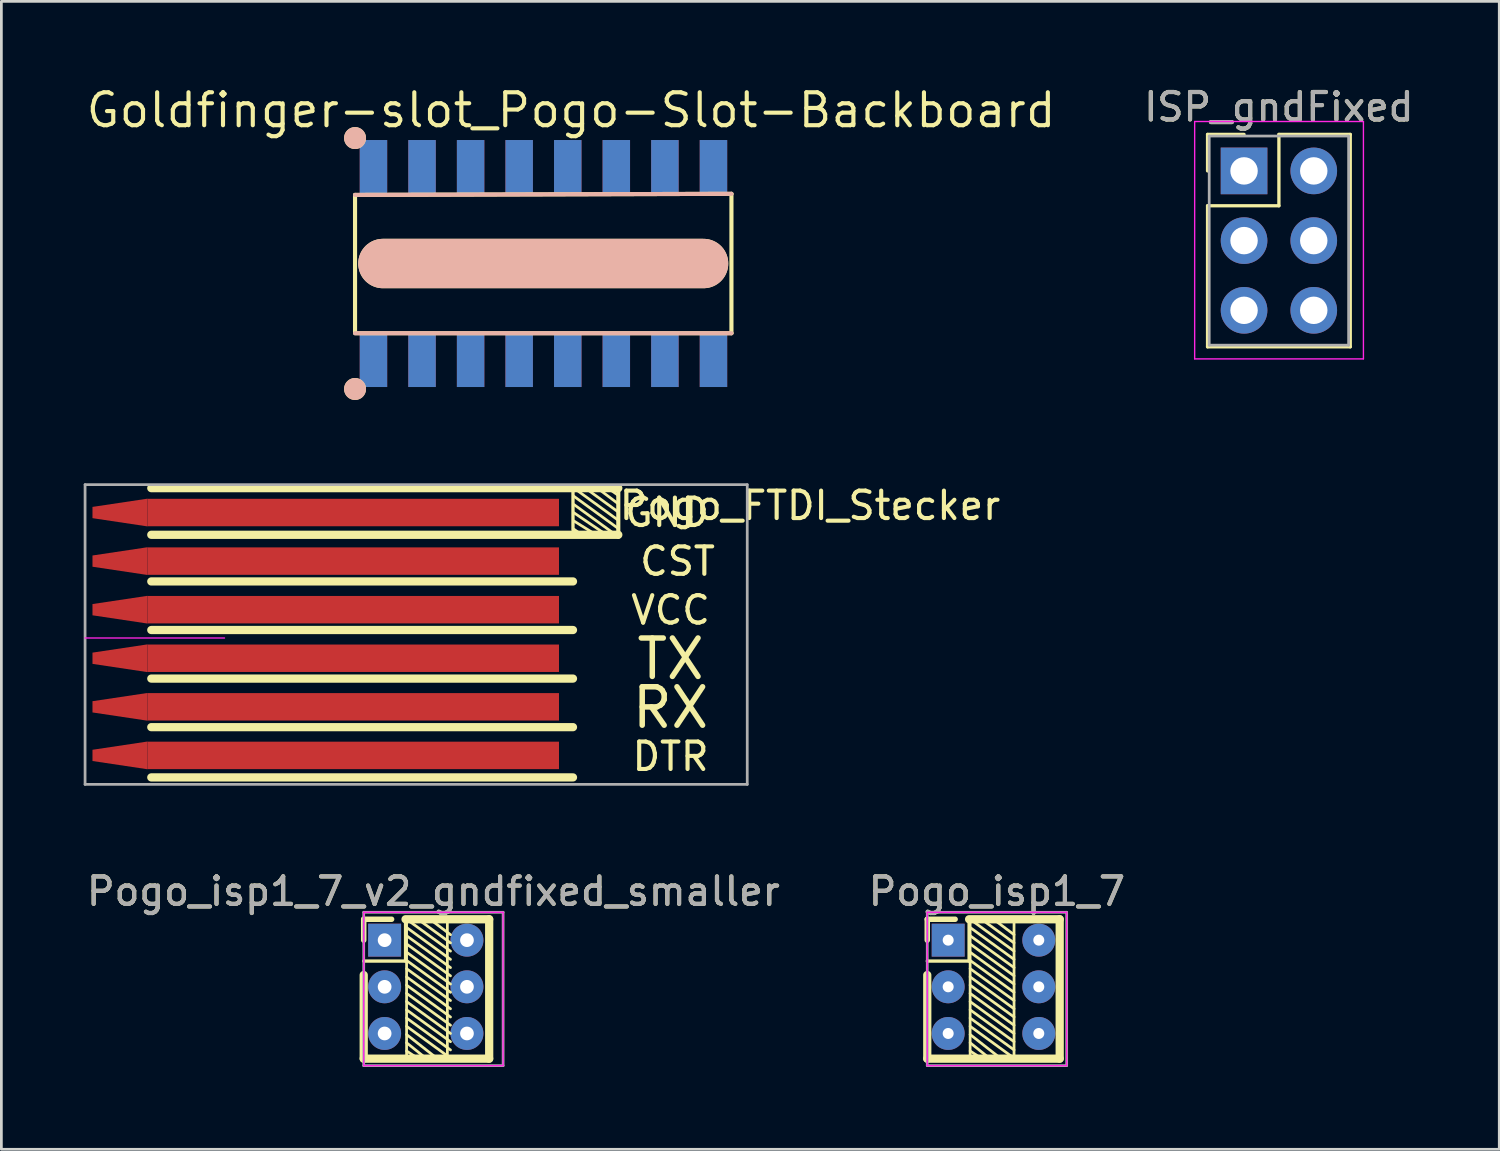
<source format=kicad_pcb>
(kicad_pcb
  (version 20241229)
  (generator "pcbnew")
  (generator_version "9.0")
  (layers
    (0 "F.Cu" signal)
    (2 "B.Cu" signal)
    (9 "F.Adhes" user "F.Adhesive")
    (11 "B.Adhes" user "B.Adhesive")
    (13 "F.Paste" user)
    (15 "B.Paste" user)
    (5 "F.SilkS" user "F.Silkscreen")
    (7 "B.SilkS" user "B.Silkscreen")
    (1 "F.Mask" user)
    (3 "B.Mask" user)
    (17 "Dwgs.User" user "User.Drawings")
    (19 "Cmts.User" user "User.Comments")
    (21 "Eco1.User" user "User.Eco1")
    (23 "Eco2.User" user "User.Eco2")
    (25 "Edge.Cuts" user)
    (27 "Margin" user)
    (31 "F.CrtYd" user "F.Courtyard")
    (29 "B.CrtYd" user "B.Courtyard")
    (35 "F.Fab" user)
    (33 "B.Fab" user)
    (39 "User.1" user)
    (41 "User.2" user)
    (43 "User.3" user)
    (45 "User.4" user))
  (footprint "Pogo_isp1_7_v2_gndfixed_smaller"
    (layer "F.Cu")
    (at 10.966 31.21)
    (property "Reference" "Pogo_isp1_7_v2_gndfixed_smaller" (at 1.778 -1.778 0) (layer "F.SilkS") (effects (font (size 1 1) (thickness 0.15))))
    (attr through_hole)
    (fp_line (start -0.762 -0.762) (end 0.254 -0.762) (stroke (width 0.2) (type solid)) (layer "F.SilkS"))
    (fp_line (start -0.762 0) (end -0.762 -0.762) (stroke (width 0.2) (type solid)) (layer "F.SilkS"))
    (fp_line (start -0.762 1.27) (end -0.762 4.318) (stroke (width 0.3) (type solid)) (layer "F.SilkS"))
    (fp_line (start -0.762 4.318) (end 3.81 4.318) (stroke (width 0.3) (type solid)) (layer "F.SilkS"))
    (fp_line (start 0.762 -0.762) (end 0.762 0.762) (stroke (width 0.12) (type solid)) (layer "F.SilkS"))
    (fp_line (start 0.762 0.762) (end -0.762 0.762) (stroke (width 0.12) (type solid)) (layer "F.SilkS"))
    (fp_line (start 0.8 -0.762) (end 0.8 4.338) (stroke (width 0.1) (type solid)) (layer "F.SilkS"))
    (fp_line (start 0.8 -0.762) (end 2.4 0.4) (stroke (width 0.1) (type solid)) (layer "F.SilkS"))
    (fp_line (start 0.8 -0.462) (end 2.4 0.7) (stroke (width 0.1) (type solid)) (layer "F.SilkS"))
    (fp_line (start 0.8 -0.162) (end 2.4 1) (stroke (width 0.1) (type solid)) (layer "F.SilkS"))
    (fp_line (start 0.8 0.138) (end 2.4 1.3) (stroke (width 0.1) (type solid)) (layer "F.SilkS"))
    (fp_line (start 0.8 0.438) (end 2.4 1.6) (stroke (width 0.1) (type solid)) (layer "F.SilkS"))
    (fp_line (start 0.8 0.738) (end 2.4 1.9) (stroke (width 0.1) (type solid)) (layer "F.SilkS"))
    (fp_line (start 0.8 1.038) (end 2.4 2.2) (stroke (width 0.1) (type solid)) (layer "F.SilkS"))
    (fp_line (start 0.8 1.338) (end 2.4 2.5) (stroke (width 0.1) (type solid)) (layer "F.SilkS"))
    (fp_line (start 0.8 1.638) (end 2.4 2.8) (stroke (width 0.1) (type solid)) (layer "F.SilkS"))
    (fp_line (start 0.8 1.938) (end 2.4 3.1) (stroke (width 0.1) (type solid)) (layer "F.SilkS"))
    (fp_line (start 0.8 2.238) (end 2.4 3.4) (stroke (width 0.1) (type solid)) (layer "F.SilkS"))
    (fp_line (start 0.8 2.538) (end 2.4 3.7) (stroke (width 0.1) (type solid)) (layer "F.SilkS"))
    (fp_line (start 0.8 2.838) (end 2.4 4) (stroke (width 0.1) (type solid)) (layer "F.SilkS"))
    (fp_line (start 0.8 3.138) (end 2.4 4.3) (stroke (width 0.1) (type solid)) (layer "F.SilkS"))
    (fp_line (start 0.8 3.438) (end 1.9 4.3) (stroke (width 0.1) (type solid)) (layer "F.SilkS"))
    (fp_line (start 0.8 3.738) (end 1.5 4.3) (stroke (width 0.1) (type solid)) (layer "F.SilkS"))
    (fp_line (start 0.8 4.038) (end 1.2 4.3) (stroke (width 0.1) (type solid)) (layer "F.SilkS"))
    (fp_line (start 1.3 -0.7) (end 2.4 0.1) (stroke (width 0.1) (type solid)) (layer "F.SilkS"))
    (fp_line (start 1.6 -0.8) (end 2.4 -0.2) (stroke (width 0.1) (type solid)) (layer "F.SilkS"))
    (fp_line (start 2.286 -0.8) (end 2.286 4.3) (stroke (width 0.1) (type solid)) (layer "F.SilkS"))
    (fp_line (start 3.81 -0.762) (end 0.762 -0.762) (stroke (width 0.3) (type solid)) (layer "F.SilkS"))
    (fp_line (start 3.81 4.318) (end 3.81 -0.762) (stroke (width 0.3) (type solid)) (layer "F.SilkS"))
    (fp_line (start -0.762 -1.016) (end -0.762 4.572) (stroke (width 0.05) (type solid)) (layer "F.CrtYd"))
    (fp_line (start -0.762 4.572) (end 4.318 4.572) (stroke (width 0.05) (type solid)) (layer "F.CrtYd"))
    (fp_line (start 4.318 -1.016) (end -0.762 -1.016) (stroke (width 0.05) (type solid)) (layer "F.CrtYd"))
    (fp_line (start 4.318 4.572) (end 4.318 -1.016) (stroke (width 0.05) (type solid)) (layer "F.CrtYd"))
    (fp_line (start -0.762 -1.016) (end -0.762 4.572) (stroke (width 0.1) (type solid)) (layer "F.Fab"))
    (fp_line (start -0.762 4.572) (end 4.318 4.572) (stroke (width 0.1) (type solid)) (layer "F.Fab"))
    (fp_line (start 4.318 -1.016) (end -0.762 -1.016) (stroke (width 0.1) (type solid)) (layer "F.Fab"))
    (fp_line (start 4.318 4.572) (end 4.318 -1.016) (stroke (width 0.1) (type solid)) (layer "F.Fab"))
    (fp_text user "${REFERENCE}" (at 1.778 -1.778 0) (layer "F.Fab") (effects (font (size 1 1) (thickness 0.15))))
    (pad "1" thru_hole circle (at 3 3.4) (size 1.2 1.2) (drill 0.5) (layers "F.Cu" "F.Mask"))
    (pad "2" thru_hole circle (at 0 3.4) (size 1.2 1.2) (drill 0.5) (layers "F.Cu" "F.Mask"))
    (pad "3" thru_hole circle (at 3 1.7) (size 1.2 1.2) (drill 0.5) (layers "F.Cu" "F.Mask"))
    (pad "4" thru_hole circle (at 0 1.7) (size 1.2 1.2) (drill 0.5) (layers "F.Cu" "F.Mask"))
    (pad "5" thru_hole circle (at 3 0) (size 1.2 1.2) (drill 0.5) (layers "F.Cu" "F.Mask"))
    (pad "6" thru_hole rect (at 0 0) (size 1.2 1.2) (drill 0.5) (layers "F.Cu" "F.Mask")))
  (footprint "Pogo_isp1_7"
    (layer "F.Cu")
    (at 31.502 31.21)
    (property "Reference" "Pogo_isp1_7" (at 1.778 -1.778 0) (layer "F.SilkS") (effects (font (size 1 1) (thickness 0.15))))
    (attr through_hole)
    (fp_line (start -0.762 -0.762) (end 0.254 -0.762) (stroke (width 0.2) (type solid)) (layer "F.SilkS"))
    (fp_line (start -0.762 0) (end -0.762 -0.762) (stroke (width 0.2) (type solid)) (layer "F.SilkS"))
    (fp_line (start -0.762 1.27) (end -0.762 4.318) (stroke (width 0.3) (type solid)) (layer "F.SilkS"))
    (fp_line (start -0.762 4.318) (end 4.064 4.318) (stroke (width 0.3) (type solid)) (layer "F.SilkS"))
    (fp_line (start 0.762 -0.762) (end 0.762 0.762) (stroke (width 0.12) (type solid)) (layer "F.SilkS"))
    (fp_line (start 0.762 0.762) (end -0.762 0.762) (stroke (width 0.12) (type solid)) (layer "F.SilkS"))
    (fp_line (start 0.8 -0.762) (end 0.8 4.338) (stroke (width 0.1) (type solid)) (layer "F.SilkS"))
    (fp_line (start 0.8 -0.762) (end 2.4 0.4) (stroke (width 0.1) (type solid)) (layer "F.SilkS"))
    (fp_line (start 0.8 -0.462) (end 2.4 0.7) (stroke (width 0.1) (type solid)) (layer "F.SilkS"))
    (fp_line (start 0.8 -0.162) (end 2.4 1) (stroke (width 0.1) (type solid)) (layer "F.SilkS"))
    (fp_line (start 0.8 0.138) (end 2.4 1.3) (stroke (width 0.1) (type solid)) (layer "F.SilkS"))
    (fp_line (start 0.8 0.438) (end 2.4 1.6) (stroke (width 0.1) (type solid)) (layer "F.SilkS"))
    (fp_line (start 0.8 0.738) (end 2.4 1.9) (stroke (width 0.1) (type solid)) (layer "F.SilkS"))
    (fp_line (start 0.8 1.038) (end 2.4 2.2) (stroke (width 0.1) (type solid)) (layer "F.SilkS"))
    (fp_line (start 0.8 1.338) (end 2.4 2.5) (stroke (width 0.1) (type solid)) (layer "F.SilkS"))
    (fp_line (start 0.8 1.638) (end 2.4 2.8) (stroke (width 0.1) (type solid)) (layer "F.SilkS"))
    (fp_line (start 0.8 1.938) (end 2.4 3.1) (stroke (width 0.1) (type solid)) (layer "F.SilkS"))
    (fp_line (start 0.8 2.238) (end 2.4 3.4) (stroke (width 0.1) (type solid)) (layer "F.SilkS"))
    (fp_line (start 0.8 2.538) (end 2.4 3.7) (stroke (width 0.1) (type solid)) (layer "F.SilkS"))
    (fp_line (start 0.8 2.838) (end 2.4 4) (stroke (width 0.1) (type solid)) (layer "F.SilkS"))
    (fp_line (start 0.8 3.138) (end 2.4 4.3) (stroke (width 0.1) (type solid)) (layer "F.SilkS"))
    (fp_line (start 0.8 3.438) (end 1.9 4.3) (stroke (width 0.1) (type solid)) (layer "F.SilkS"))
    (fp_line (start 0.8 3.738) (end 1.5 4.3) (stroke (width 0.1) (type solid)) (layer "F.SilkS"))
    (fp_line (start 0.8 4.038) (end 1.2 4.3) (stroke (width 0.1) (type solid)) (layer "F.SilkS"))
    (fp_line (start 1.3 -0.7) (end 2.4 0.1) (stroke (width 0.1) (type solid)) (layer "F.SilkS"))
    (fp_line (start 1.6 -0.8) (end 2.4 -0.2) (stroke (width 0.1) (type solid)) (layer "F.SilkS"))
    (fp_line (start 2.4 -0.8) (end 2.4 4.3) (stroke (width 0.1) (type solid)) (layer "F.SilkS"))
    (fp_line (start 4.064 -0.762) (end 0.762 -0.762) (stroke (width 0.3) (type solid)) (layer "F.SilkS"))
    (fp_line (start 4.064 4.318) (end 4.064 -0.762) (stroke (width 0.3) (type solid)) (layer "F.SilkS"))
    (fp_line (start -0.762 -1.016) (end -0.762 4.572) (stroke (width 0.05) (type solid)) (layer "F.CrtYd"))
    (fp_line (start -0.762 4.572) (end 4.318 4.572) (stroke (width 0.05) (type solid)) (layer "F.CrtYd"))
    (fp_line (start 4.318 -1.016) (end -0.762 -1.016) (stroke (width 0.05) (type solid)) (layer "F.CrtYd"))
    (fp_line (start 4.318 4.572) (end 4.318 -1.016) (stroke (width 0.05) (type solid)) (layer "F.CrtYd"))
    (fp_line (start -0.762 -1.016) (end -0.762 4.572) (stroke (width 0.1) (type solid)) (layer "F.Fab"))
    (fp_line (start -0.762 4.572) (end 4.318 4.572) (stroke (width 0.1) (type solid)) (layer "F.Fab"))
    (fp_line (start 4.318 -1.016) (end -0.762 -1.016) (stroke (width 0.1) (type solid)) (layer "F.Fab"))
    (fp_line (start 4.318 4.572) (end 4.318 -1.016) (stroke (width 0.1) (type solid)) (layer "F.Fab"))
    (fp_text user "${REFERENCE}" (at 1.778 -1.778 0) (layer "F.Fab") (effects (font (size 1 1) (thickness 0.15))))
    (pad "1" thru_hole circle (at 3.302 0) (size 1.2 1.2) (drill 0.4) (layers "F.Cu" "F.Mask"))
    (pad "2" thru_hole circle (at 3.302 1.7) (size 1.2 1.2) (drill 0.4) (layers "F.Cu" "F.Mask"))
    (pad "3" thru_hole circle (at 3.302 3.4) (size 1.2 1.2) (drill 0.4) (layers "F.Cu" "F.Mask"))
    (pad "4" thru_hole circle (at 0 3.4) (size 1.2 1.2) (drill 0.4) (layers "F.Cu" "F.Mask"))
    (pad "5" thru_hole circle (at 0 1.7) (size 1.2 1.2) (drill 0.4) (layers "F.Cu" "F.Mask"))
    (pad "6" thru_hole rect (at 0 0) (size 1.2 1.2) (drill 0.4) (layers "F.Cu" "F.Mask")))
  (footprint "Pogo_FTDI_Stecker"
    (layer "F.Cu")
    (at 1.32 15.627)
    (property "Reference" "Pogo_FTDI_Stecker" (at 25.146 -0.254 0) (layer "F.SilkS") (effects (font (size 1 1) (thickness 0.15))))
    (attr through_hole)
    (fp_line (start 16.51 -0.889) (end 16.51 0.635) (stroke (width 0.12) (type solid)) (layer "F.SilkS"))
    (fp_line (start 16.51 2.511) (end 1.143 2.511) (stroke (width 0.3) (type solid)) (layer "F.SilkS"))
    (fp_line (start 16.51 4.281) (end 1.143 4.281) (stroke (width 0.3) (type solid)) (layer "F.SilkS"))
    (fp_line (start 16.51 6.051) (end 1.143 6.051) (stroke (width 0.3) (type solid)) (layer "F.SilkS"))
    (fp_line (start 16.51 7.821) (end 1.143 7.821) (stroke (width 0.3) (type solid)) (layer "F.SilkS"))
    (fp_line (start 16.51 9.652) (end 1.143 9.652) (stroke (width 0.3) (type solid)) (layer "F.SilkS"))
    (fp_line (start 16.548 -0.889) (end 18.148 0.273) (stroke (width 0.1) (type solid)) (layer "F.SilkS"))
    (fp_line (start 16.548 -0.589) (end 18.148 0.573) (stroke (width 0.1) (type solid)) (layer "F.SilkS"))
    (fp_line (start 16.548 -0.289) (end 18.148 0.873) (stroke (width 0.1) (type solid)) (layer "F.SilkS"))
    (fp_line (start 16.548 0.011) (end 17.653 0.762) (stroke (width 0.1) (type solid)) (layer "F.SilkS"))
    (fp_line (start 16.548 0.311) (end 17.272 0.762) (stroke (width 0.1) (type solid)) (layer "F.SilkS"))
    (fp_line (start 16.548 0.611) (end 16.764 0.762) (stroke (width 0.1) (type solid)) (layer "F.SilkS"))
    (fp_line (start 17.048 -0.827) (end 18.148 -0.027) (stroke (width 0.1) (type solid)) (layer "F.SilkS"))
    (fp_line (start 17.348 -0.927) (end 18.148 -0.327) (stroke (width 0.1) (type solid)) (layer "F.SilkS"))
    (fp_line (start 17.78 -0.889) (end 18.148 -0.635) (stroke (width 0.1) (type solid)) (layer "F.SilkS"))
    (fp_line (start 18.161 -0.889) (end 1.143 -0.889) (stroke (width 0.3) (type solid)) (layer "F.SilkS"))
    (fp_line (start 18.161 0.889) (end 18.161 -0.889) (stroke (width 0.15) (type solid)) (layer "F.SilkS"))
    (fp_line (start 18.161 0.811) (end 1.143 0.811) (stroke (width 0.3) (type solid)) (layer "F.SilkS"))
    (fp_line (start -1.27 4.572) (end 3.81 4.572) (stroke (width 0.05) (type solid)) (layer "F.CrtYd"))
    (fp_line (start -1.27 -1.016) (end -1.27 9.906) (stroke (width 0.1) (type solid)) (layer "F.Fab"))
    (fp_line (start -1.27 9.906) (end 22.86 9.906) (stroke (width 0.1) (type solid)) (layer "F.Fab"))
    (fp_line (start 22.86 -1.016) (end -1.27 -1.016) (stroke (width 0.1) (type solid)) (layer "F.Fab"))
    (fp_line (start 22.86 9.906) (end 22.86 -1.016) (stroke (width 0.1) (type solid)) (layer "F.Fab"))
    (fp_text user "VCC" (at 20.066 3.556 0) (layer "F.SilkS") (effects (font (size 1 1) (thickness 0.15))))
    (fp_text user "CST" (at 20.32 1.778 0) (layer "F.SilkS") (effects (font (size 1 1) (thickness 0.15))))
    (fp_text user "DTR" (at 20.066 8.89 0) (layer "F.SilkS") (effects (font (size 1 1) (thickness 0.15))))
    (fp_text user "TX" (at 20.066 5.334 0) (layer "F.SilkS") (effects (font (size 1.4 1.4) (thickness 0.2))))
    (fp_text user "GND" (at 19.939 0 0) (layer "F.SilkS") (effects (font (size 1 1) (thickness 0.15))))
    (fp_text user "RX" (at 20.066 7.112 0) (layer "F.SilkS") (effects (font (size 1.4 1.4) (thickness 0.2))))
    (pad "1" smd trapezoid (at 0 0) (size 2 0.71) (rect_delta -0.3 0) (layers "F.Cu" "F.Mask"))
    (pad "1" smd rect (at 8.5 0) (size 15 1) (layers "F.Cu" "F.Mask"))
    (pad "2" smd trapezoid (at 0 1.77) (size 2 0.71) (rect_delta -0.3 0) (layers "F.Cu" "F.Mask"))
    (pad "2" smd rect (at 8.5 1.77) (size 15 1) (layers "F.Cu" "F.Mask"))
    (pad "3" smd trapezoid (at 0 3.54) (size 2 0.71) (rect_delta -0.3 0) (layers "F.Cu" "F.Mask"))
    (pad "3" smd rect (at 8.5 3.54) (size 15 1) (layers "F.Cu" "F.Mask"))
    (pad "4" smd trapezoid (at 0 5.31) (size 2 0.71) (rect_delta -0.3 0) (layers "F.Cu" "F.Mask"))
    (pad "4" smd rect (at 8.5 5.31) (size 15 1) (layers "F.Cu" "F.Mask"))
    (pad "5" smd trapezoid (at 0 7.08) (size 2 0.71) (rect_delta -0.3 0) (layers "F.Cu" "F.Mask"))
    (pad "5" smd rect (at 8.5 7.08) (size 15 1) (layers "F.Cu" "F.Mask"))
    (pad "6" smd trapezoid (at 0 8.85) (size 2 0.71) (rect_delta -0.3 0) (layers "F.Cu" "F.Mask"))
    (pad "6" smd rect (at 8.5 8.85) (size 15 1) (layers "F.Cu" "F.Mask")))
  (footprint "Goldfinger-slot_Pogo-Slot-Backboard"
    (layer "F.Cu")
    (at 18.524 6.553)
    (property "Reference" "Goldfinger-slot_Pogo-Slot-Backboard" (at -0.762 -5.588 0) (layer "F.SilkS") (effects (font (size 1.2 1.2) (thickness 0.15))))
    (attr through_hole)
    (fp_line (start -8.636 2.5) (end -8.636 -2.5) (stroke (width 0.15) (type solid)) (layer "F.SilkS"))
    (fp_line (start -8.636 2.54) (end 5.08 2.54) (stroke (width 0.15) (type solid)) (layer "F.SilkS"))
    (fp_line (start 4.064 0) (end -7.62 0) (stroke (width 1.8) (type solid)) (layer "F.SilkS"))
    (fp_line (start 5.08 -2.54) (end -8.636 -2.5) (stroke (width 0.15) (type solid)) (layer "F.SilkS"))
    (fp_line (start 5.08 2.54) (end 5.08 -2.54) (stroke (width 0.15) (type solid)) (layer "F.SilkS"))
    (fp_line (start -8.636 2.54) (end 5.08 2.54) (stroke (width 0.15) (type solid)) (layer "B.SilkS"))
    (fp_line (start 4.064 0) (end -7.62 0) (stroke (width 1.8) (type solid)) (layer "B.SilkS"))
    (fp_line (start 5.08 -2.54) (end -8.636 -2.5) (stroke (width 0.15) (type solid)) (layer "B.SilkS"))
    (pad "" smd circle (at -8.636 -4.572) (size 0.8 0.8) (layers "*.SilkS"))
    (pad "" smd circle (at -8.636 4.572) (size 0.8 0.8) (layers "*.SilkS"))
    (pad "1" connect rect (at -7.965 -3.5) (size 1 2) (layers "F.Cu" "F.Mask"))
    (pad "1" connect rect (at -7.965 -3.5) (size 1 2) (layers "B.Cu" "B.Mask"))
    (pad "1" smd rect (at -7.965 3.5) (size 1 2) (layers "F.Cu" "F.Mask"))
    (pad "1" smd rect (at -7.965 3.5) (size 1 2) (layers "B.Cu" "B.Mask"))
    (pad "2" connect rect (at -6.195 -3.5) (size 1 2) (layers "F.Cu" "F.Mask"))
    (pad "2" connect rect (at -6.195 -3.5) (size 1 2) (layers "B.Cu" "B.Mask"))
    (pad "2" smd rect (at -6.195 3.5) (size 1 2) (layers "F.Cu" "F.Mask"))
    (pad "2" smd rect (at -6.195 3.5) (size 1 2) (layers "B.Cu" "B.Mask"))
    (pad "3" connect rect (at -4.425 -3.5) (size 1 2) (layers "F.Cu" "F.Mask"))
    (pad "3" connect rect (at -4.425 -3.5) (size 1 2) (layers "B.Cu" "B.Mask"))
    (pad "3" smd rect (at -4.425 3.5) (size 1 2) (layers "F.Cu" "F.Mask"))
    (pad "3" smd rect (at -4.425 3.5) (size 1 2) (layers "B.Cu" "B.Mask"))
    (pad "4" connect rect (at -2.655 -3.5) (size 1 2) (layers "F.Cu" "F.Mask"))
    (pad "4" connect rect (at -2.655 -3.5) (size 1 2) (layers "B.Cu" "B.Mask"))
    (pad "4" smd rect (at -2.655 3.5) (size 1 2) (layers "F.Cu" "F.Mask"))
    (pad "4" smd rect (at -2.655 3.5) (size 1 2) (layers "B.Cu" "B.Mask"))
    (pad "5" connect rect (at -0.885 -3.5) (size 1 2) (layers "F.Cu" "F.Mask"))
    (pad "5" connect rect (at -0.885 -3.5) (size 1 2) (layers "B.Cu" "B.Mask"))
    (pad "5" smd rect (at -0.885 3.5) (size 1 2) (layers "F.Cu" "F.Mask"))
    (pad "5" smd rect (at -0.885 3.5) (size 1 2) (layers "B.Cu" "B.Mask"))
    (pad "6" connect rect (at 0.885 -3.5) (size 1 2) (layers "F.Cu" "F.Mask"))
    (pad "6" connect rect (at 0.885 -3.5) (size 1 2) (layers "B.Cu" "B.Mask"))
    (pad "6" smd rect (at 0.885 3.5) (size 1 2) (layers "F.Cu" "F.Mask"))
    (pad "6" smd rect (at 0.885 3.5) (size 1 2) (layers "B.Cu" "B.Mask"))
    (pad "7" connect rect (at 2.655 -3.5) (size 1 2) (layers "F.Cu" "F.Mask"))
    (pad "7" connect rect (at 2.655 -3.5) (size 1 2) (layers "B.Cu" "B.Mask"))
    (pad "7" smd rect (at 2.655 3.5) (size 1 2) (layers "F.Cu" "F.Mask"))
    (pad "7" smd rect (at 2.655 3.5) (size 1 2) (layers "B.Cu" "B.Mask"))
    (pad "8" connect rect (at 4.425 -3.5) (size 1 2) (layers "F.Cu" "F.Mask"))
    (pad "8" connect rect (at 4.425 -3.5) (size 1 2) (layers "B.Cu" "B.Mask"))
    (pad "8" smd rect (at 4.425 3.5) (size 1 2) (layers "F.Cu" "F.Mask"))
    (pad "8" smd rect (at 4.425 3.5) (size 1 2) (layers "B.Cu" "B.Mask")))
  (footprint "ISP_gndFixed"
    (layer "F.Cu")
    (at 42.284 3.178)
    (property "Reference" "ISP_gndFixed" (at 1.27 -2.33 0) (layer "F.SilkS") (effects (font (size 1 1) (thickness 0.15))))
    (attr through_hole)
    (fp_line (start -1.33 -1.33) (end 0 -1.33) (stroke (width 0.12) (type solid)) (layer "F.SilkS"))
    (fp_line (start -1.33 0) (end -1.33 -1.33) (stroke (width 0.12) (type solid)) (layer "F.SilkS"))
    (fp_line (start -1.33 1.27) (end -1.33 6.41) (stroke (width 0.12) (type solid)) (layer "F.SilkS"))
    (fp_line (start -1.33 6.41) (end 3.87 6.41) (stroke (width 0.12) (type solid)) (layer "F.SilkS"))
    (fp_line (start 1.27 -1.33) (end 1.27 1.27) (stroke (width 0.12) (type solid)) (layer "F.SilkS"))
    (fp_line (start 1.27 1.27) (end -1.33 1.27) (stroke (width 0.12) (type solid)) (layer "F.SilkS"))
    (fp_line (start 3.87 -1.33) (end 1.27 -1.33) (stroke (width 0.12) (type solid)) (layer "F.SilkS"))
    (fp_line (start 3.87 6.41) (end 3.87 -1.33) (stroke (width 0.12) (type solid)) (layer "F.SilkS"))
    (fp_line (start -1.8 -1.8) (end -1.8 6.85) (stroke (width 0.05) (type solid)) (layer "F.CrtYd"))
    (fp_line (start -1.8 6.85) (end 4.35 6.85) (stroke (width 0.05) (type solid)) (layer "F.CrtYd"))
    (fp_line (start 4.35 -1.8) (end -1.8 -1.8) (stroke (width 0.05) (type solid)) (layer "F.CrtYd"))
    (fp_line (start 4.35 6.85) (end 4.35 -1.8) (stroke (width 0.05) (type solid)) (layer "F.CrtYd"))
    (fp_line (start -1.27 -1.27) (end -1.27 6.35) (stroke (width 0.1) (type solid)) (layer "F.Fab"))
    (fp_line (start -1.27 6.35) (end 3.81 6.35) (stroke (width 0.1) (type solid)) (layer "F.Fab"))
    (fp_line (start 3.81 -1.27) (end -1.27 -1.27) (stroke (width 0.1) (type solid)) (layer "F.Fab"))
    (fp_line (start 3.81 6.35) (end 3.81 -1.27) (stroke (width 0.1) (type solid)) (layer "F.Fab"))
    (fp_text user "${REFERENCE}" (at 1.27 -2.33 0) (layer "F.Fab") (effects (font (size 1 1) (thickness 0.15))))
    (pad "1" thru_hole oval (at 2.54 0) (size 1.7 1.7) (drill 1) (layers "*.Cu" "*.Mask"))
    (pad "2" thru_hole oval (at 2.54 2.54) (size 1.7 1.7) (drill 1) (layers "*.Cu" "*.Mask"))
    (pad "3" thru_hole oval (at 2.54 5.08) (size 1.7 1.7) (drill 1) (layers "*.Cu" "*.Mask"))
    (pad "4" thru_hole oval (at 0 5.08) (size 1.7 1.7) (drill 1) (layers "*.Cu" "*.Mask"))
    (pad "5" thru_hole oval (at 0 2.54) (size 1.7 1.7) (drill 1) (layers "*.Cu" "*.Mask"))
    (pad "6" thru_hole rect (at 0 0) (size 1.7 1.7) (drill 1) (layers "*.Cu" "*.Mask")))
  (gr_rect
    (start -3 -3)
    (end 51.584 38.832)
    (stroke (width 0.1) (type default))
    (fill no)
    (layer "Edge.Cuts")))
</source>
